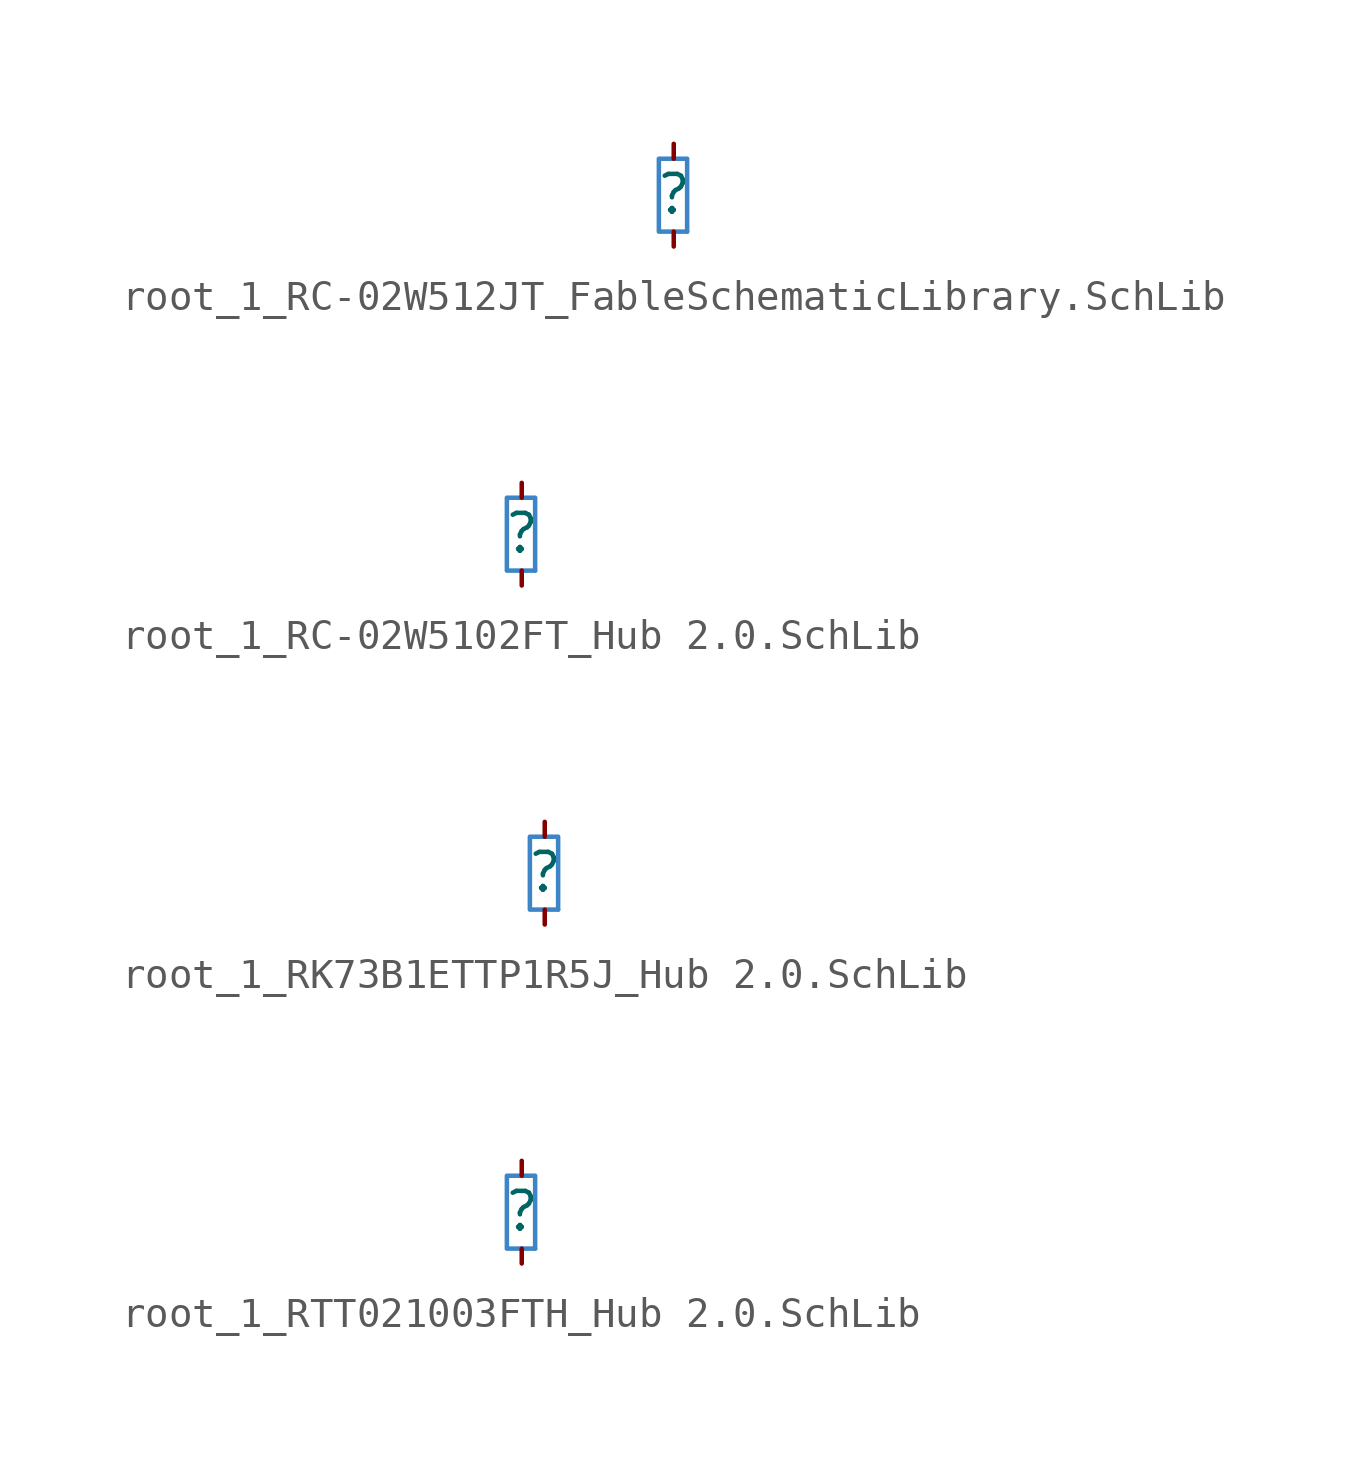
<source format=kicad_sym>
(kicad_symbol_lib
  (version 20241209)
  (generator "kicad_symbol_editor")
  (generator_version "9.0")
  (symbol "root_1_RC-02W512JT_FableSchematicLibrary.SchLib"
    (pin_numbers
      (hide yes))
    (pin_names
      (hide yes))
    (property "Reference" ""
      (at 0 0 0)
      (effects (font (size 1.27 1.27))))
    (property "Value" ""
      (at 0 0 0)
      (effects (font (size 1.27 1.27))))
    (symbol "root_1_RC-02W512JT_FableSchematicLibrary.SchLib_1_0"
      (polyline (pts (xy 0.45 -1.25) (xy 0.45 1.15)) (stroke (width 0) (type solid) (color 61 133 198 1)) (fill (type none)))
      (polyline (pts (xy 0.45 -1.25) (xy -0.5 -1.25) (xy -0.5 1.2) (xy 0.45 1.2)) (stroke (width 0) (type solid) (color 61 133 198 1)) (fill (type none)))
      (pin passive line (at 0 1.7 270) (length 0.5) (name "2" (effects (font (size 1.27 1.27)))) (number "2" (effects (font (size 1.27 1.27)))))
      (pin passive line (at 0 -1.75 90) (length 0.5) (name "1" (effects (font (size 1.27 1.27)))) (number "1" (effects (font (size 1.27 1.27)))))))
  (symbol "root_1_RC-02W5102FT_Hub 2.0.SchLib"
    (pin_numbers
      (hide yes))
    (pin_names
      (hide yes))
    (property "Reference" ""
      (at 0 0 0)
      (effects (font (size 1.27 1.27))))
    (property "Value" ""
      (at 0 0 0)
      (effects (font (size 1.27 1.27))))
    (symbol "root_1_RC-02W5102FT_Hub 2.0.SchLib_1_0"
      (polyline (pts (xy 0.45 -1.25) (xy 0.45 1.15)) (stroke (width 0) (type solid) (color 61 133 198 1)) (fill (type none)))
      (polyline (pts (xy 0.45 -1.25) (xy -0.5 -1.25) (xy -0.5 1.2) (xy 0.45 1.2)) (stroke (width 0) (type solid) (color 61 133 198 1)) (fill (type none)))
      (pin passive line (at 0 1.7 270) (length 0.5) (name "2" (effects (font (size 1.27 1.27)))) (number "2" (effects (font (size 1.27 1.27)))))
      (pin passive line (at 0 -1.75 90) (length 0.5) (name "1" (effects (font (size 1.27 1.27)))) (number "1" (effects (font (size 1.27 1.27)))))))
  (symbol "root_1_RK73B1ETTP1R5J_Hub 2.0.SchLib"
    (pin_numbers
      (hide yes))
    (pin_names
      (hide yes))
    (property "Reference" ""
      (at 0 0 0)
      (effects (font (size 1.27 1.27))))
    (property "Value" ""
      (at 0 0 0)
      (effects (font (size 1.27 1.27))))
    (symbol "root_1_RK73B1ETTP1R5J_Hub 2.0.SchLib_1_0"
      (polyline (pts (xy 0.45 -1.25) (xy 0.45 1.15)) (stroke (width 0) (type solid) (color 61 133 198 1)) (fill (type none)))
      (polyline (pts (xy 0.45 -1.25) (xy -0.5 -1.25) (xy -0.5 1.2) (xy 0.45 1.2)) (stroke (width 0) (type solid) (color 61 133 198 1)) (fill (type none)))
      (pin passive line (at 0 1.7 270) (length 0.5) (name "2" (effects (font (size 1.27 1.27)))) (number "2" (effects (font (size 1.27 1.27)))))
      (pin passive line (at 0 -1.75 90) (length 0.5) (name "1" (effects (font (size 1.27 1.27)))) (number "1" (effects (font (size 1.27 1.27)))))))
  (symbol "root_1_RTT021003FTH_Hub 2.0.SchLib"
    (pin_numbers
      (hide yes))
    (pin_names
      (hide yes))
    (property "Reference" ""
      (at 0 0 0)
      (effects (font (size 1.27 1.27))))
    (property "Value" ""
      (at 0 0 0)
      (effects (font (size 1.27 1.27))))
    (symbol "root_1_RTT021003FTH_Hub 2.0.SchLib_1_0"
      (polyline (pts (xy 0.45 -1.25) (xy 0.45 1.15)) (stroke (width 0) (type solid) (color 61 133 198 1)) (fill (type none)))
      (polyline (pts (xy 0.45 -1.25) (xy -0.5 -1.25) (xy -0.5 1.2) (xy 0.45 1.2)) (stroke (width 0) (type solid) (color 61 133 198 1)) (fill (type none)))
      (pin passive line (at 0 1.7 270) (length 0.5) (name "2" (effects (font (size 1.27 1.27)))) (number "2" (effects (font (size 1.27 1.27)))))
      (pin passive line (at 0 -1.75 90) (length 0.5) (name "1" (effects (font (size 1.27 1.27)))) (number "1" (effects (font (size 1.27 1.27))))))))
</source>
